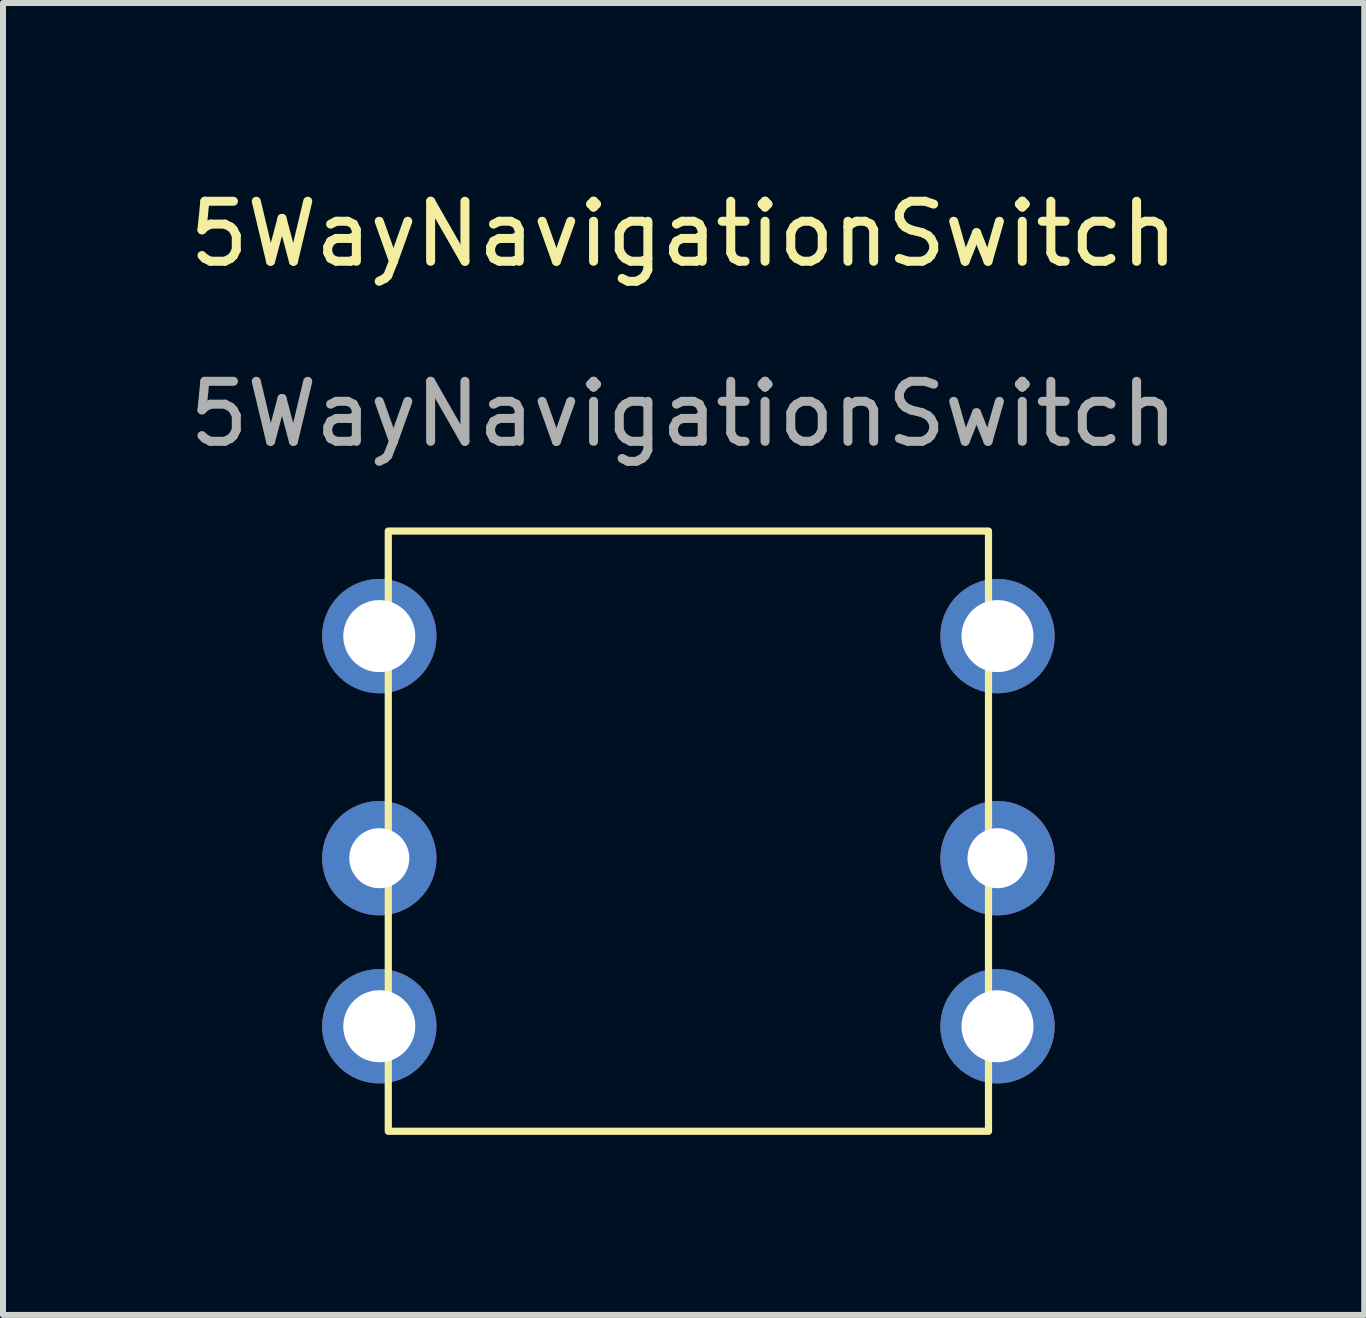
<source format=kicad_pcb>
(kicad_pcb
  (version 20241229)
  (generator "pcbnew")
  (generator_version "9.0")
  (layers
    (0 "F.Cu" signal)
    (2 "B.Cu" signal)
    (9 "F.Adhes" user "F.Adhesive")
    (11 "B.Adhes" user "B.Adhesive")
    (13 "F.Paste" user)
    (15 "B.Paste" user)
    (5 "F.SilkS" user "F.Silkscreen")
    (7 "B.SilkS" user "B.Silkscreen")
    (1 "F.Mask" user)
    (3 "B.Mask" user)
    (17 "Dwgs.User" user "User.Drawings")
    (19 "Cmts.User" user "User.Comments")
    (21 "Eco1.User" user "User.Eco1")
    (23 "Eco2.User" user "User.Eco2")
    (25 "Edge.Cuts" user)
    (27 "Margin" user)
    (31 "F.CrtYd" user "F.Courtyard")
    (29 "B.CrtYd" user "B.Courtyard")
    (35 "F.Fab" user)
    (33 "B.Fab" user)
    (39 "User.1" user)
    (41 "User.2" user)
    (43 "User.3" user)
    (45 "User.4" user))
  (footprint "5WayNavigationSwitch"
    (layer "F.Cu")
    (at 8.339 10.088)
    (property "Reference" "5WayNavigationSwitch" (at 0 -9.24 0) (unlocked yes) (layer "F.SilkS") (effects (font (size 1 1) (thickness 0.15))))
    (attr smd)
    (fp_rect (start -4.92 -4.29) (end 5.08 5.71) (stroke (width 0.12) (type solid)) (fill no) (layer "F.SilkS"))
    (fp_text user "${REFERENCE}" (at 0 -6.24 0) (unlocked yes) (layer "F.Fab") (effects (font (size 1 1) (thickness 0.15))))
    (pad "1" thru_hole circle (at -5.07 -2.54) (size 1.905 1.905) (drill 1.2) (layers "*.Cu" "*.Mask"))
    (pad "2" thru_hole circle (at -5.07 1.16) (size 1.905 1.905) (drill 1) (layers "*.Cu" "*.Mask"))
    (pad "3" thru_hole circle (at -5.07 3.96) (size 1.905 1.905) (drill 1.2) (layers "*.Cu" "*.Mask"))
    (pad "4" thru_hole circle (at 5.23 3.96) (size 1.905 1.905) (drill 1.2) (layers "*.Cu" "*.Mask"))
    (pad "5" thru_hole circle (at 5.23 1.16) (size 1.905 1.905) (drill 1) (layers "*.Cu" "*.Mask"))
    (pad "6" thru_hole circle (at 5.23 -2.54) (size 1.905 1.905) (drill 1.2) (layers "*.Cu" "*.Mask")))
  (gr_rect
    (start -3 -3)
    (end 19.679 18.858)
    (stroke (width 0.1) (type default))
    (fill no)
    (layer "Edge.Cuts")))
</source>
